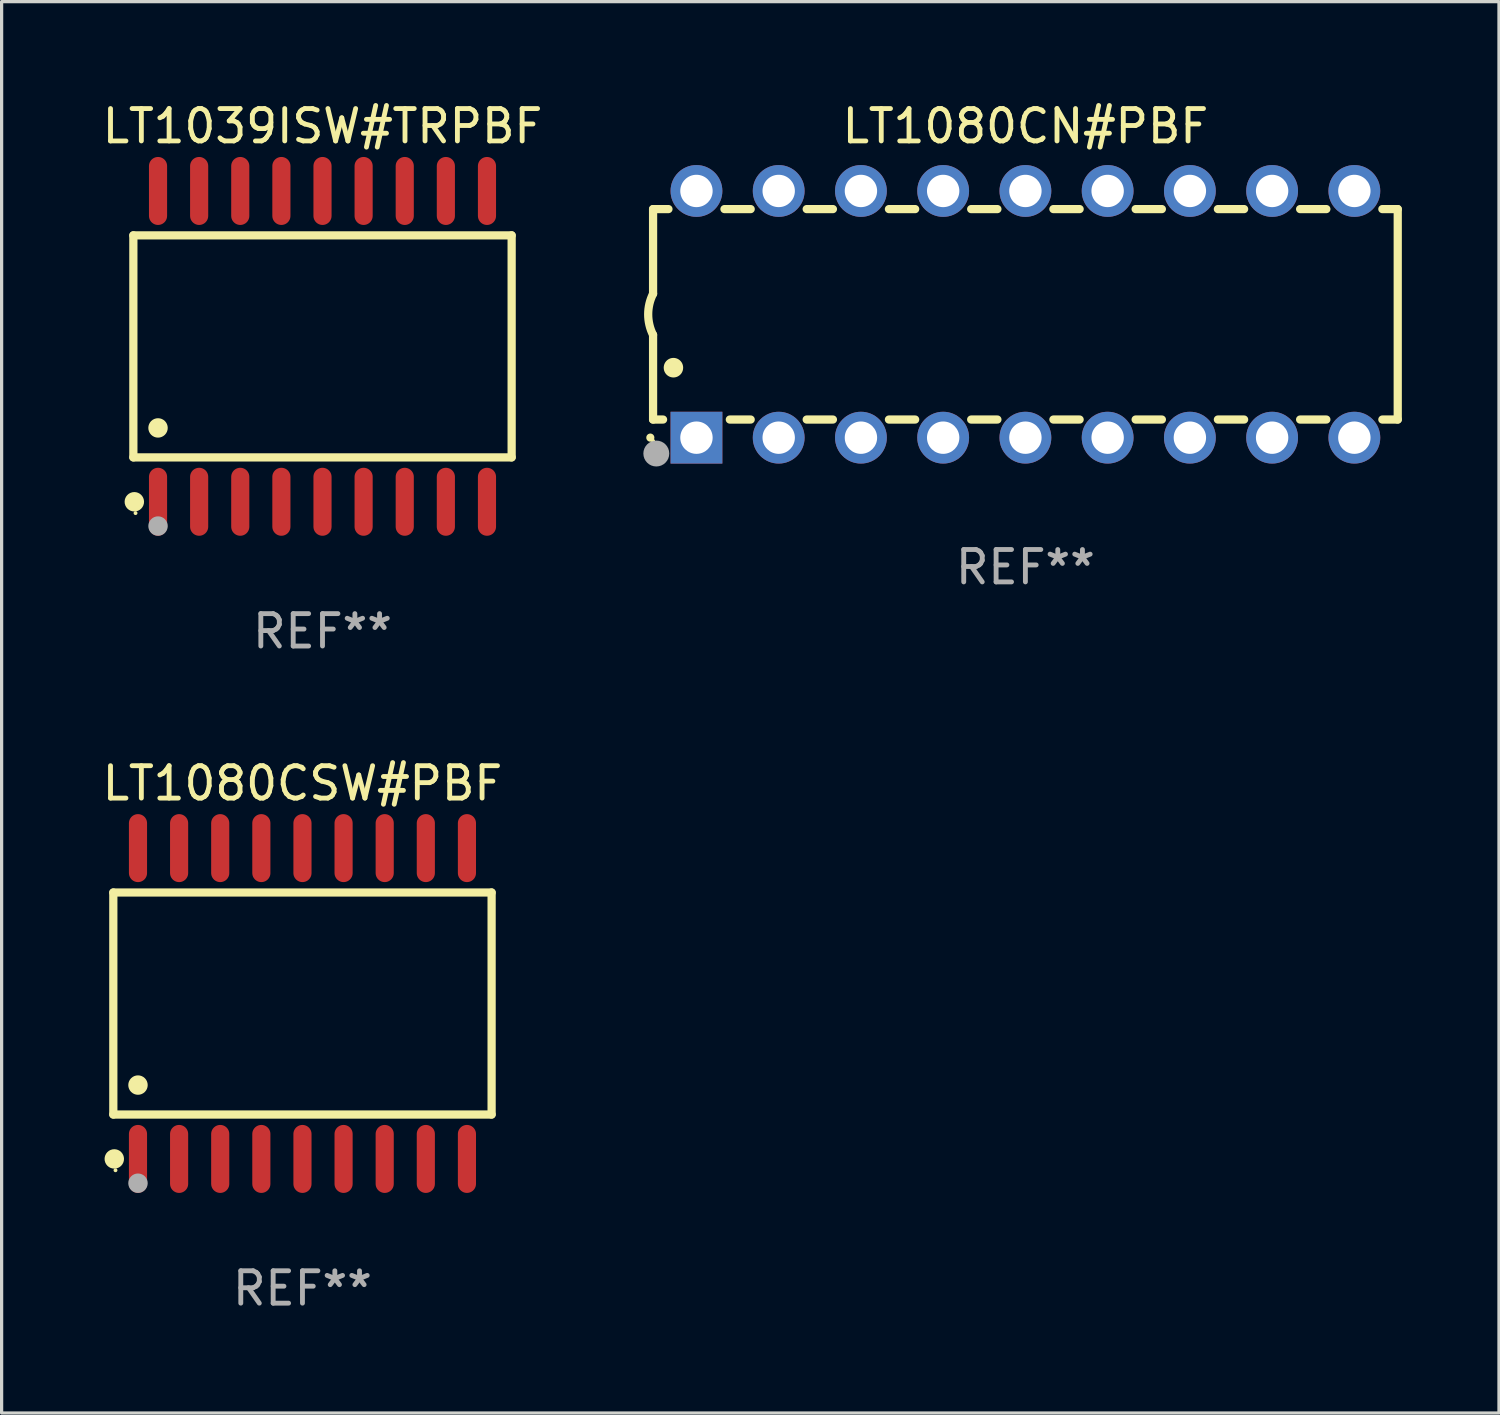
<source format=kicad_pcb>
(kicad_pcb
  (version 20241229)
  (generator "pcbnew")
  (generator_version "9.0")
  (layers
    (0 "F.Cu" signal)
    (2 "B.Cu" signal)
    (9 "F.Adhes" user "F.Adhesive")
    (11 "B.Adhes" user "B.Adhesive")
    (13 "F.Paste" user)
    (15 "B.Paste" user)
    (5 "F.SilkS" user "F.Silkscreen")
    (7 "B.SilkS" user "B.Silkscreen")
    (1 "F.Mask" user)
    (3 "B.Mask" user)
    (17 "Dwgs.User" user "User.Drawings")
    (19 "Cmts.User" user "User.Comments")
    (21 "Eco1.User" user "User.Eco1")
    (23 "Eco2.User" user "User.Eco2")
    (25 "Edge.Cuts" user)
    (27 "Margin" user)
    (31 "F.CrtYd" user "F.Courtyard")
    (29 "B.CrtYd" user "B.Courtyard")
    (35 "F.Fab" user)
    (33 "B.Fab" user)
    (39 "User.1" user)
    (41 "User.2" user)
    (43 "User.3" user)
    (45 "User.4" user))
  (footprint "LT1080CN#PBF"
    (layer "F.Cu")
    (at 28.621 6.658)
    (property "Reference" "LT1080CN#PBF" (at 0 -5.81 0) (layer "F.SilkS") (effects (font (size 1 1) (thickness 0.15))))
    (attr through_hole)
    (fp_line (start -11.5 -3.25) (end -11.5 -0.635) (stroke (width 0.254) (type solid)) (layer "F.SilkS"))
    (fp_line (start -11.5 3.25) (end -11.5 0.635) (stroke (width 0.254) (type solid)) (layer "F.SilkS"))
    (fp_line (start -11.5 3.25) (end -11.191 3.25) (stroke (width 0.254) (type solid)) (layer "F.SilkS"))
    (fp_line (start -11.025 -3.25) (end -11.5 -3.25) (stroke (width 0.254) (type solid)) (layer "F.SilkS"))
    (fp_line (start -9.129 3.25) (end -8.485 3.25) (stroke (width 0.254) (type solid)) (layer "F.SilkS"))
    (fp_line (start -8.485 -3.25) (end -9.295 -3.25) (stroke (width 0.254) (type solid)) (layer "F.SilkS"))
    (fp_line (start -6.755 3.25) (end -5.945 3.25) (stroke (width 0.254) (type solid)) (layer "F.SilkS"))
    (fp_line (start -5.945 -3.25) (end -6.755 -3.25) (stroke (width 0.254) (type solid)) (layer "F.SilkS"))
    (fp_line (start -4.215 3.25) (end -3.405 3.25) (stroke (width 0.254) (type solid)) (layer "F.SilkS"))
    (fp_line (start -3.405 -3.25) (end -4.215 -3.25) (stroke (width 0.254) (type solid)) (layer "F.SilkS"))
    (fp_line (start -1.675 3.25) (end -0.865 3.25) (stroke (width 0.254) (type solid)) (layer "F.SilkS"))
    (fp_line (start -0.865 -3.25) (end -1.675 -3.25) (stroke (width 0.254) (type solid)) (layer "F.SilkS"))
    (fp_line (start 0.865 3.25) (end 1.675 3.25) (stroke (width 0.254) (type solid)) (layer "F.SilkS"))
    (fp_line (start 1.675 -3.25) (end 0.865 -3.25) (stroke (width 0.254) (type solid)) (layer "F.SilkS"))
    (fp_line (start 3.405 3.25) (end 4.215 3.25) (stroke (width 0.254) (type solid)) (layer "F.SilkS"))
    (fp_line (start 4.215 -3.25) (end 3.405 -3.25) (stroke (width 0.254) (type solid)) (layer "F.SilkS"))
    (fp_line (start 5.945 3.25) (end 6.755 3.25) (stroke (width 0.254) (type solid)) (layer "F.SilkS"))
    (fp_line (start 6.755 -3.25) (end 5.945 -3.25) (stroke (width 0.254) (type solid)) (layer "F.SilkS"))
    (fp_line (start 8.485 3.25) (end 9.295 3.25) (stroke (width 0.254) (type solid)) (layer "F.SilkS"))
    (fp_line (start 9.295 -3.25) (end 8.485 -3.25) (stroke (width 0.254) (type solid)) (layer "F.SilkS"))
    (fp_line (start 11.025 3.25) (end 11.5 3.25) (stroke (width 0.254) (type solid)) (layer "F.SilkS"))
    (fp_line (start 11.5 -3.25) (end 11.025 -3.25) (stroke (width 0.254) (type solid)) (layer "F.SilkS"))
    (fp_line (start 11.5 -3.25) (end 11.5 3.25) (stroke (width 0.254) (type solid)) (layer "F.SilkS"))
    (fp_arc (start -11.584963 3.810008) (mid -11.58497 3.808738) (end -11.584963 3.807468) (stroke (width 0.25) (type solid)) (layer "F.SilkS"))
    (fp_arc (start -11.501143 0.635001) (mid -11.650665 -0.000132) (end -11.500025 -0.635001) (stroke (width 0.254001) (type solid)) (layer "F.SilkS"))
    (fp_arc (start -10.871222 1.651003) (mid -10.871233 1.648463) (end -10.871222 1.645923) (stroke (width 0.6) (type solid)) (layer "F.SilkS"))
    (fp_circle (center -11.5 3.91) (end -11.47 3.91) (stroke (width 0.06) (type solid)) (fill no) (layer "F.SilkS"))
    (fp_circle (center -11.4 4.3) (end -11.2 4.3) (stroke (width 0.4) (type solid)) (fill no) (layer "F.Fab"))
    (fp_text user "REF**" (at 0 7.81 0) (layer "F.Fab") (effects (font (size 1 1) (thickness 0.15))))
    (pad "1" thru_hole rect (at -10.16 3.81 90) (size 1.6 1.6) (drill 1) (layers "*.Cu" "*.Mask"))
    (pad "2" thru_hole circle (at -7.62 3.81 90) (size 1.6 1.6) (drill 1) (layers "*.Cu" "*.Mask"))
    (pad "3" thru_hole circle (at -5.08 3.81 90) (size 1.6 1.6) (drill 1) (layers "*.Cu" "*.Mask"))
    (pad "4" thru_hole circle (at -2.54 3.81 90) (size 1.6 1.6) (drill 1) (layers "*.Cu" "*.Mask"))
    (pad "5" thru_hole circle (at 0 3.81 90) (size 1.6 1.6) (drill 1) (layers "*.Cu" "*.Mask"))
    (pad "6" thru_hole circle (at 2.54 3.81 90) (size 1.6 1.6) (drill 1) (layers "*.Cu" "*.Mask"))
    (pad "7" thru_hole circle (at 5.08 3.81 90) (size 1.6 1.6) (drill 1) (layers "*.Cu" "*.Mask"))
    (pad "8" thru_hole circle (at 7.62 3.81 90) (size 1.6 1.6) (drill 1) (layers "*.Cu" "*.Mask"))
    (pad "9" thru_hole circle (at 10.16 3.81 90) (size 1.6 1.6) (drill 1) (layers "*.Cu" "*.Mask"))
    (pad "10" thru_hole circle (at 10.16 -3.81 90) (size 1.6 1.6) (drill 1) (layers "*.Cu" "*.Mask"))
    (pad "11" thru_hole circle (at 7.62 -3.81 90) (size 1.6 1.6) (drill 1) (layers "*.Cu" "*.Mask"))
    (pad "12" thru_hole circle (at 5.08 -3.81 90) (size 1.6 1.6) (drill 1) (layers "*.Cu" "*.Mask"))
    (pad "13" thru_hole circle (at 2.54 -3.81 90) (size 1.6 1.6) (drill 1) (layers "*.Cu" "*.Mask"))
    (pad "14" thru_hole circle (at 0 -3.81 90) (size 1.6 1.6) (drill 1) (layers "*.Cu" "*.Mask"))
    (pad "15" thru_hole circle (at -2.54 -3.81 90) (size 1.6 1.6) (drill 1) (layers "*.Cu" "*.Mask"))
    (pad "16" thru_hole circle (at -5.08 -3.81 90) (size 1.6 1.6) (drill 1) (layers "*.Cu" "*.Mask"))
    (pad "17" thru_hole circle (at -7.62 -3.81 90) (size 1.6 1.6) (drill 1) (layers "*.Cu" "*.Mask"))
    (pad "18" thru_hole circle (at -10.16 -3.81 90) (size 1.6 1.6) (drill 1) (layers "*.Cu" "*.Mask")))
  (footprint "LT1080CSW#PBF"
    (layer "F.Cu")
    (at 6.292 27.945)
    (property "Reference" "LT1080CSW#PBF" (at 0 -6.8 0) (layer "F.SilkS") (effects (font (size 1 1) (thickness 0.15))))
    (attr through_hole)
    (fp_line (start -5.842 -3.429) (end -5.842 3.429) (stroke (width 0.254) (type solid)) (layer "F.SilkS"))
    (fp_line (start -5.842 3.429) (end 5.842 3.429) (stroke (width 0.254) (type solid)) (layer "F.SilkS"))
    (fp_line (start 5.842 -3.429) (end -5.842 -3.429) (stroke (width 0.254) (type solid)) (layer "F.SilkS"))
    (fp_line (start 5.842 3.429) (end 5.842 -3.429) (stroke (width 0.254) (type solid)) (layer "F.SilkS"))
    (fp_circle (center -5.812 4.8) (end -5.662 4.8) (stroke (width 0.3) (type solid)) (fill no) (layer "F.SilkS"))
    (fp_circle (center -5.775 5.15) (end -5.745 5.15) (stroke (width 0.06) (type solid)) (fill no) (layer "F.SilkS"))
    (fp_circle (center -5.08 2.519) (end -4.93 2.519) (stroke (width 0.3) (type solid)) (fill no) (layer "F.SilkS"))
    (fp_circle (center -5.08 5.55) (end -4.93 5.55) (stroke (width 0.3) (type solid)) (fill no) (layer "F.Fab"))
    (fp_text user "REF**" (at 0 8.8 0) (layer "F.Fab") (effects (font (size 1 1) (thickness 0.15))))
    (pad "1" smd oval (at -5.08 4.8) (size 0.56 2.1) (layers "F.Cu" "F.Mask" "F.Paste"))
    (pad "2" smd oval (at -3.81 4.8) (size 0.56 2.1) (layers "F.Cu" "F.Mask" "F.Paste"))
    (pad "3" smd oval (at -2.54 4.8) (size 0.56 2.1) (layers "F.Cu" "F.Mask" "F.Paste"))
    (pad "4" smd oval (at -1.27 4.8) (size 0.56 2.1) (layers "F.Cu" "F.Mask" "F.Paste"))
    (pad "5" smd oval (at 0 4.8) (size 0.56 2.1) (layers "F.Cu" "F.Mask" "F.Paste"))
    (pad "6" smd oval (at 1.27 4.8) (size 0.56 2.1) (layers "F.Cu" "F.Mask" "F.Paste"))
    (pad "7" smd oval (at 2.54 4.8) (size 0.56 2.1) (layers "F.Cu" "F.Mask" "F.Paste"))
    (pad "8" smd oval (at 3.81 4.8) (size 0.56 2.1) (layers "F.Cu" "F.Mask" "F.Paste"))
    (pad "9" smd oval (at 5.08 4.8) (size 0.56 2.1) (layers "F.Cu" "F.Mask" "F.Paste"))
    (pad "10" smd oval (at 5.08 -4.8) (size 0.56 2.1) (layers "F.Cu" "F.Mask" "F.Paste"))
    (pad "11" smd oval (at 3.81 -4.8) (size 0.56 2.1) (layers "F.Cu" "F.Mask" "F.Paste"))
    (pad "12" smd oval (at 2.54 -4.8) (size 0.56 2.1) (layers "F.Cu" "F.Mask" "F.Paste"))
    (pad "13" smd oval (at 1.27 -4.8) (size 0.56 2.1) (layers "F.Cu" "F.Mask" "F.Paste"))
    (pad "14" smd oval (at 0 -4.8) (size 0.56 2.1) (layers "F.Cu" "F.Mask" "F.Paste"))
    (pad "15" smd oval (at -1.27 -4.8) (size 0.56 2.1) (layers "F.Cu" "F.Mask" "F.Paste"))
    (pad "16" smd oval (at -2.54 -4.8) (size 0.56 2.1) (layers "F.Cu" "F.Mask" "F.Paste"))
    (pad "17" smd oval (at -3.81 -4.8) (size 0.56 2.1) (layers "F.Cu" "F.Mask" "F.Paste"))
    (pad "18" smd oval (at -5.08 -4.8) (size 0.56 2.1) (layers "F.Cu" "F.Mask" "F.Paste")))
  (footprint "LT1039ISW#TRPBF"
    (layer "F.Cu")
    (at 6.911 7.648)
    (property "Reference" "LT1039ISW#TRPBF" (at 0 -6.8 0) (layer "F.SilkS") (effects (font (size 1 1) (thickness 0.15))))
    (attr through_hole)
    (fp_line (start -5.842 -3.429) (end -5.842 3.429) (stroke (width 0.254) (type solid)) (layer "F.SilkS"))
    (fp_line (start -5.842 3.429) (end 5.842 3.429) (stroke (width 0.254) (type solid)) (layer "F.SilkS"))
    (fp_line (start 5.842 -3.429) (end -5.842 -3.429) (stroke (width 0.254) (type solid)) (layer "F.SilkS"))
    (fp_line (start 5.842 3.429) (end 5.842 -3.429) (stroke (width 0.254) (type solid)) (layer "F.SilkS"))
    (fp_circle (center -5.812 4.8) (end -5.662 4.8) (stroke (width 0.3) (type solid)) (fill no) (layer "F.SilkS"))
    (fp_circle (center -5.775 5.15) (end -5.745 5.15) (stroke (width 0.06) (type solid)) (fill no) (layer "F.SilkS"))
    (fp_circle (center -5.08 2.519) (end -4.93 2.519) (stroke (width 0.3) (type solid)) (fill no) (layer "F.SilkS"))
    (fp_circle (center -5.08 5.55) (end -4.93 5.55) (stroke (width 0.3) (type solid)) (fill no) (layer "F.Fab"))
    (fp_text user "REF**" (at 0 8.8 0) (layer "F.Fab") (effects (font (size 1 1) (thickness 0.15))))
    (pad "1" smd oval (at -5.08 4.8) (size 0.56 2.1) (layers "F.Cu" "F.Mask" "F.Paste"))
    (pad "2" smd oval (at -3.81 4.8) (size 0.56 2.1) (layers "F.Cu" "F.Mask" "F.Paste"))
    (pad "3" smd oval (at -2.54 4.8) (size 0.56 2.1) (layers "F.Cu" "F.Mask" "F.Paste"))
    (pad "4" smd oval (at -1.27 4.8) (size 0.56 2.1) (layers "F.Cu" "F.Mask" "F.Paste"))
    (pad "5" smd oval (at 0 4.8) (size 0.56 2.1) (layers "F.Cu" "F.Mask" "F.Paste"))
    (pad "6" smd oval (at 1.27 4.8) (size 0.56 2.1) (layers "F.Cu" "F.Mask" "F.Paste"))
    (pad "7" smd oval (at 2.54 4.8) (size 0.56 2.1) (layers "F.Cu" "F.Mask" "F.Paste"))
    (pad "8" smd oval (at 3.81 4.8) (size 0.56 2.1) (layers "F.Cu" "F.Mask" "F.Paste"))
    (pad "9" smd oval (at 5.08 4.8) (size 0.56 2.1) (layers "F.Cu" "F.Mask" "F.Paste"))
    (pad "10" smd oval (at 5.08 -4.8) (size 0.56 2.1) (layers "F.Cu" "F.Mask" "F.Paste"))
    (pad "11" smd oval (at 3.81 -4.8) (size 0.56 2.1) (layers "F.Cu" "F.Mask" "F.Paste"))
    (pad "12" smd oval (at 2.54 -4.8) (size 0.56 2.1) (layers "F.Cu" "F.Mask" "F.Paste"))
    (pad "13" smd oval (at 1.27 -4.8) (size 0.56 2.1) (layers "F.Cu" "F.Mask" "F.Paste"))
    (pad "14" smd oval (at 0 -4.8) (size 0.56 2.1) (layers "F.Cu" "F.Mask" "F.Paste"))
    (pad "15" smd oval (at -1.27 -4.8) (size 0.56 2.1) (layers "F.Cu" "F.Mask" "F.Paste"))
    (pad "16" smd oval (at -2.54 -4.8) (size 0.56 2.1) (layers "F.Cu" "F.Mask" "F.Paste"))
    (pad "17" smd oval (at -3.81 -4.8) (size 0.56 2.1) (layers "F.Cu" "F.Mask" "F.Paste"))
    (pad "18" smd oval (at -5.08 -4.8) (size 0.56 2.1) (layers "F.Cu" "F.Mask" "F.Paste")))
  (gr_rect
    (start -3 -3)
    (end 43.248 40.593)
    (stroke (width 0.1) (type default))
    (fill no)
    (layer "Edge.Cuts")))
</source>
